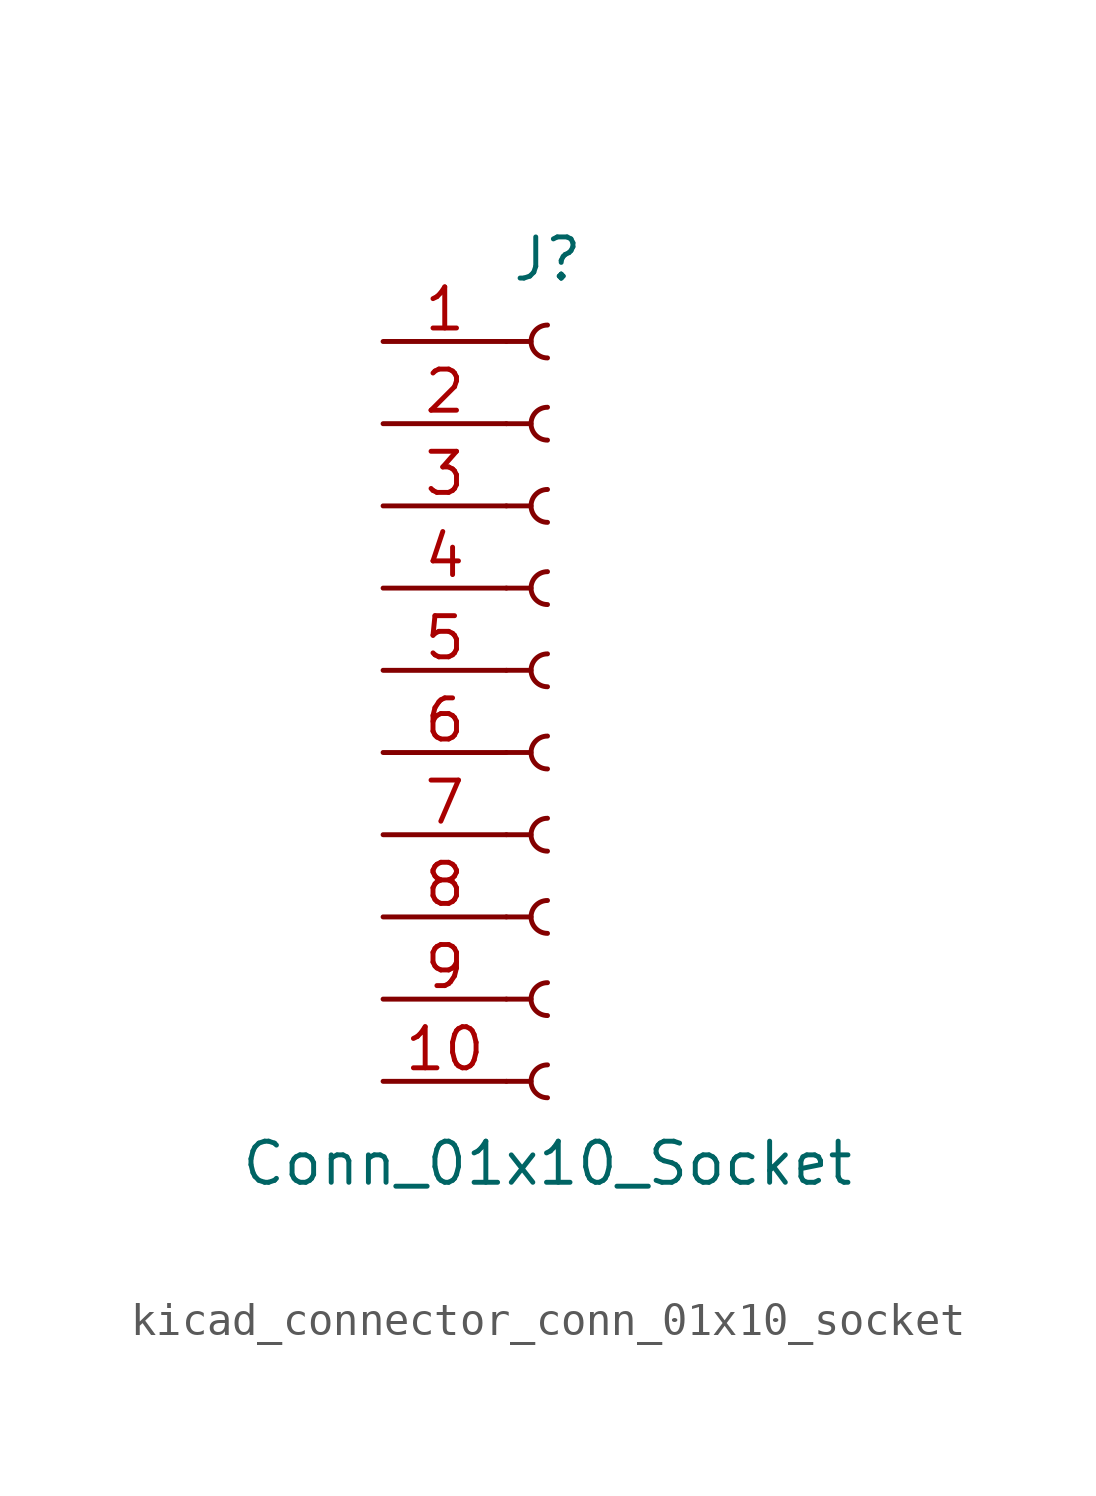
<source format=kicad_sym>
(kicad_symbol_lib
  (version 20220914)
  (generator kicad_symbol_editor)
  (symbol "kicad_connector_conn_01x10_socket"
    (pin_names
      (offset 1.016) hide)
    (property "Reference" "J"
      (at 0 12.7 0)
      (effects (font (size 1.27 1.27))))
    (property "Value" "Conn_01x10_Socket"
      (at 0 -15.24 0)
      (effects (font (size 1.27 1.27))))
    (property "ki_locked" ""
      (at 0 0 0)
      (effects (font (size 1.27 1.27))))
    (symbol "kicad_connector_conn_01x10_socket_1_1"
      (arc (start 0 -12.192) (mid -0.5058 -12.7) (end 0 -13.208) (stroke (width 0.1524) (type default)) (fill (type none)))
      (arc (start 0 -9.652) (mid -0.5058 -10.16) (end 0 -10.668) (stroke (width 0.1524) (type default)) (fill (type none)))
      (arc (start 0 -7.112) (mid -0.5058 -7.62) (end 0 -8.128) (stroke (width 0.1524) (type default)) (fill (type none)))
      (arc (start 0 -4.572) (mid -0.5058 -5.08) (end 0 -5.588) (stroke (width 0.1524) (type default)) (fill (type none)))
      (arc (start 0 -2.032) (mid -0.5058 -2.54) (end 0 -3.048) (stroke (width 0.1524) (type default)) (fill (type none)))
      (polyline (pts (xy -1.27 -12.7) (xy -0.508 -12.7)) (stroke (width 0.152) (type default)) (fill (type none)))
      (polyline (pts (xy -1.27 -10.16) (xy -0.508 -10.16)) (stroke (width 0.152) (type default)) (fill (type none)))
      (polyline (pts (xy -1.27 -7.62) (xy -0.508 -7.62)) (stroke (width 0.152) (type default)) (fill (type none)))
      (polyline (pts (xy -1.27 -5.08) (xy -0.508 -5.08)) (stroke (width 0.152) (type default)) (fill (type none)))
      (polyline (pts (xy -1.27 -2.54) (xy -0.508 -2.54)) (stroke (width 0.152) (type default)) (fill (type none)))
      (polyline (pts (xy -1.27 0) (xy -0.508 0)) (stroke (width 0.152) (type default)) (fill (type none)))
      (polyline (pts (xy -1.27 2.54) (xy -0.508 2.54)) (stroke (width 0.152) (type default)) (fill (type none)))
      (polyline (pts (xy -1.27 5.08) (xy -0.508 5.08)) (stroke (width 0.152) (type default)) (fill (type none)))
      (polyline (pts (xy -1.27 7.62) (xy -0.508 7.62)) (stroke (width 0.152) (type default)) (fill (type none)))
      (polyline (pts (xy -1.27 10.16) (xy -0.508 10.16)) (stroke (width 0.152) (type default)) (fill (type none)))
      (arc (start 0 0.508) (mid -0.5058 0) (end 0 -0.508) (stroke (width 0.1524) (type default)) (fill (type none)))
      (arc (start 0 3.048) (mid -0.5058 2.54) (end 0 2.032) (stroke (width 0.1524) (type default)) (fill (type none)))
      (arc (start 0 5.588) (mid -0.5058 5.08) (end 0 4.572) (stroke (width 0.1524) (type default)) (fill (type none)))
      (arc (start 0 8.128) (mid -0.5058 7.62) (end 0 7.112) (stroke (width 0.1524) (type default)) (fill (type none)))
      (arc (start 0 10.668) (mid -0.5058 10.16) (end 0 9.652) (stroke (width 0.1524) (type default)) (fill (type none)))
      (pin passive line (at -5.08 10.16 0) (length 3.81) (name "Pin_1" (effects (font (size 1.27 1.27)))) (number "1" (effects (font (size 1.27 1.27)))))
      (pin passive line (at -5.08 -12.7 0) (length 3.81) (name "Pin_10" (effects (font (size 1.27 1.27)))) (number "10" (effects (font (size 1.27 1.27)))))
      (pin passive line (at -5.08 7.62 0) (length 3.81) (name "Pin_2" (effects (font (size 1.27 1.27)))) (number "2" (effects (font (size 1.27 1.27)))))
      (pin passive line (at -5.08 5.08 0) (length 3.81) (name "Pin_3" (effects (font (size 1.27 1.27)))) (number "3" (effects (font (size 1.27 1.27)))))
      (pin passive line (at -5.08 2.54 0) (length 3.81) (name "Pin_4" (effects (font (size 1.27 1.27)))) (number "4" (effects (font (size 1.27 1.27)))))
      (pin passive line (at -5.08 0 0) (length 3.81) (name "Pin_5" (effects (font (size 1.27 1.27)))) (number "5" (effects (font (size 1.27 1.27)))))
      (pin passive line (at -5.08 -2.54 0) (length 3.81) (name "Pin_6" (effects (font (size 1.27 1.27)))) (number "6" (effects (font (size 1.27 1.27)))))
      (pin passive line (at -5.08 -5.08 0) (length 3.81) (name "Pin_7" (effects (font (size 1.27 1.27)))) (number "7" (effects (font (size 1.27 1.27)))))
      (pin passive line (at -5.08 -7.62 0) (length 3.81) (name "Pin_8" (effects (font (size 1.27 1.27)))) (number "8" (effects (font (size 1.27 1.27)))))
      (pin passive line (at -5.08 -10.16 0) (length 3.81) (name "Pin_9" (effects (font (size 1.27 1.27)))) (number "9" (effects (font (size 1.27 1.27))))))))
</source>
